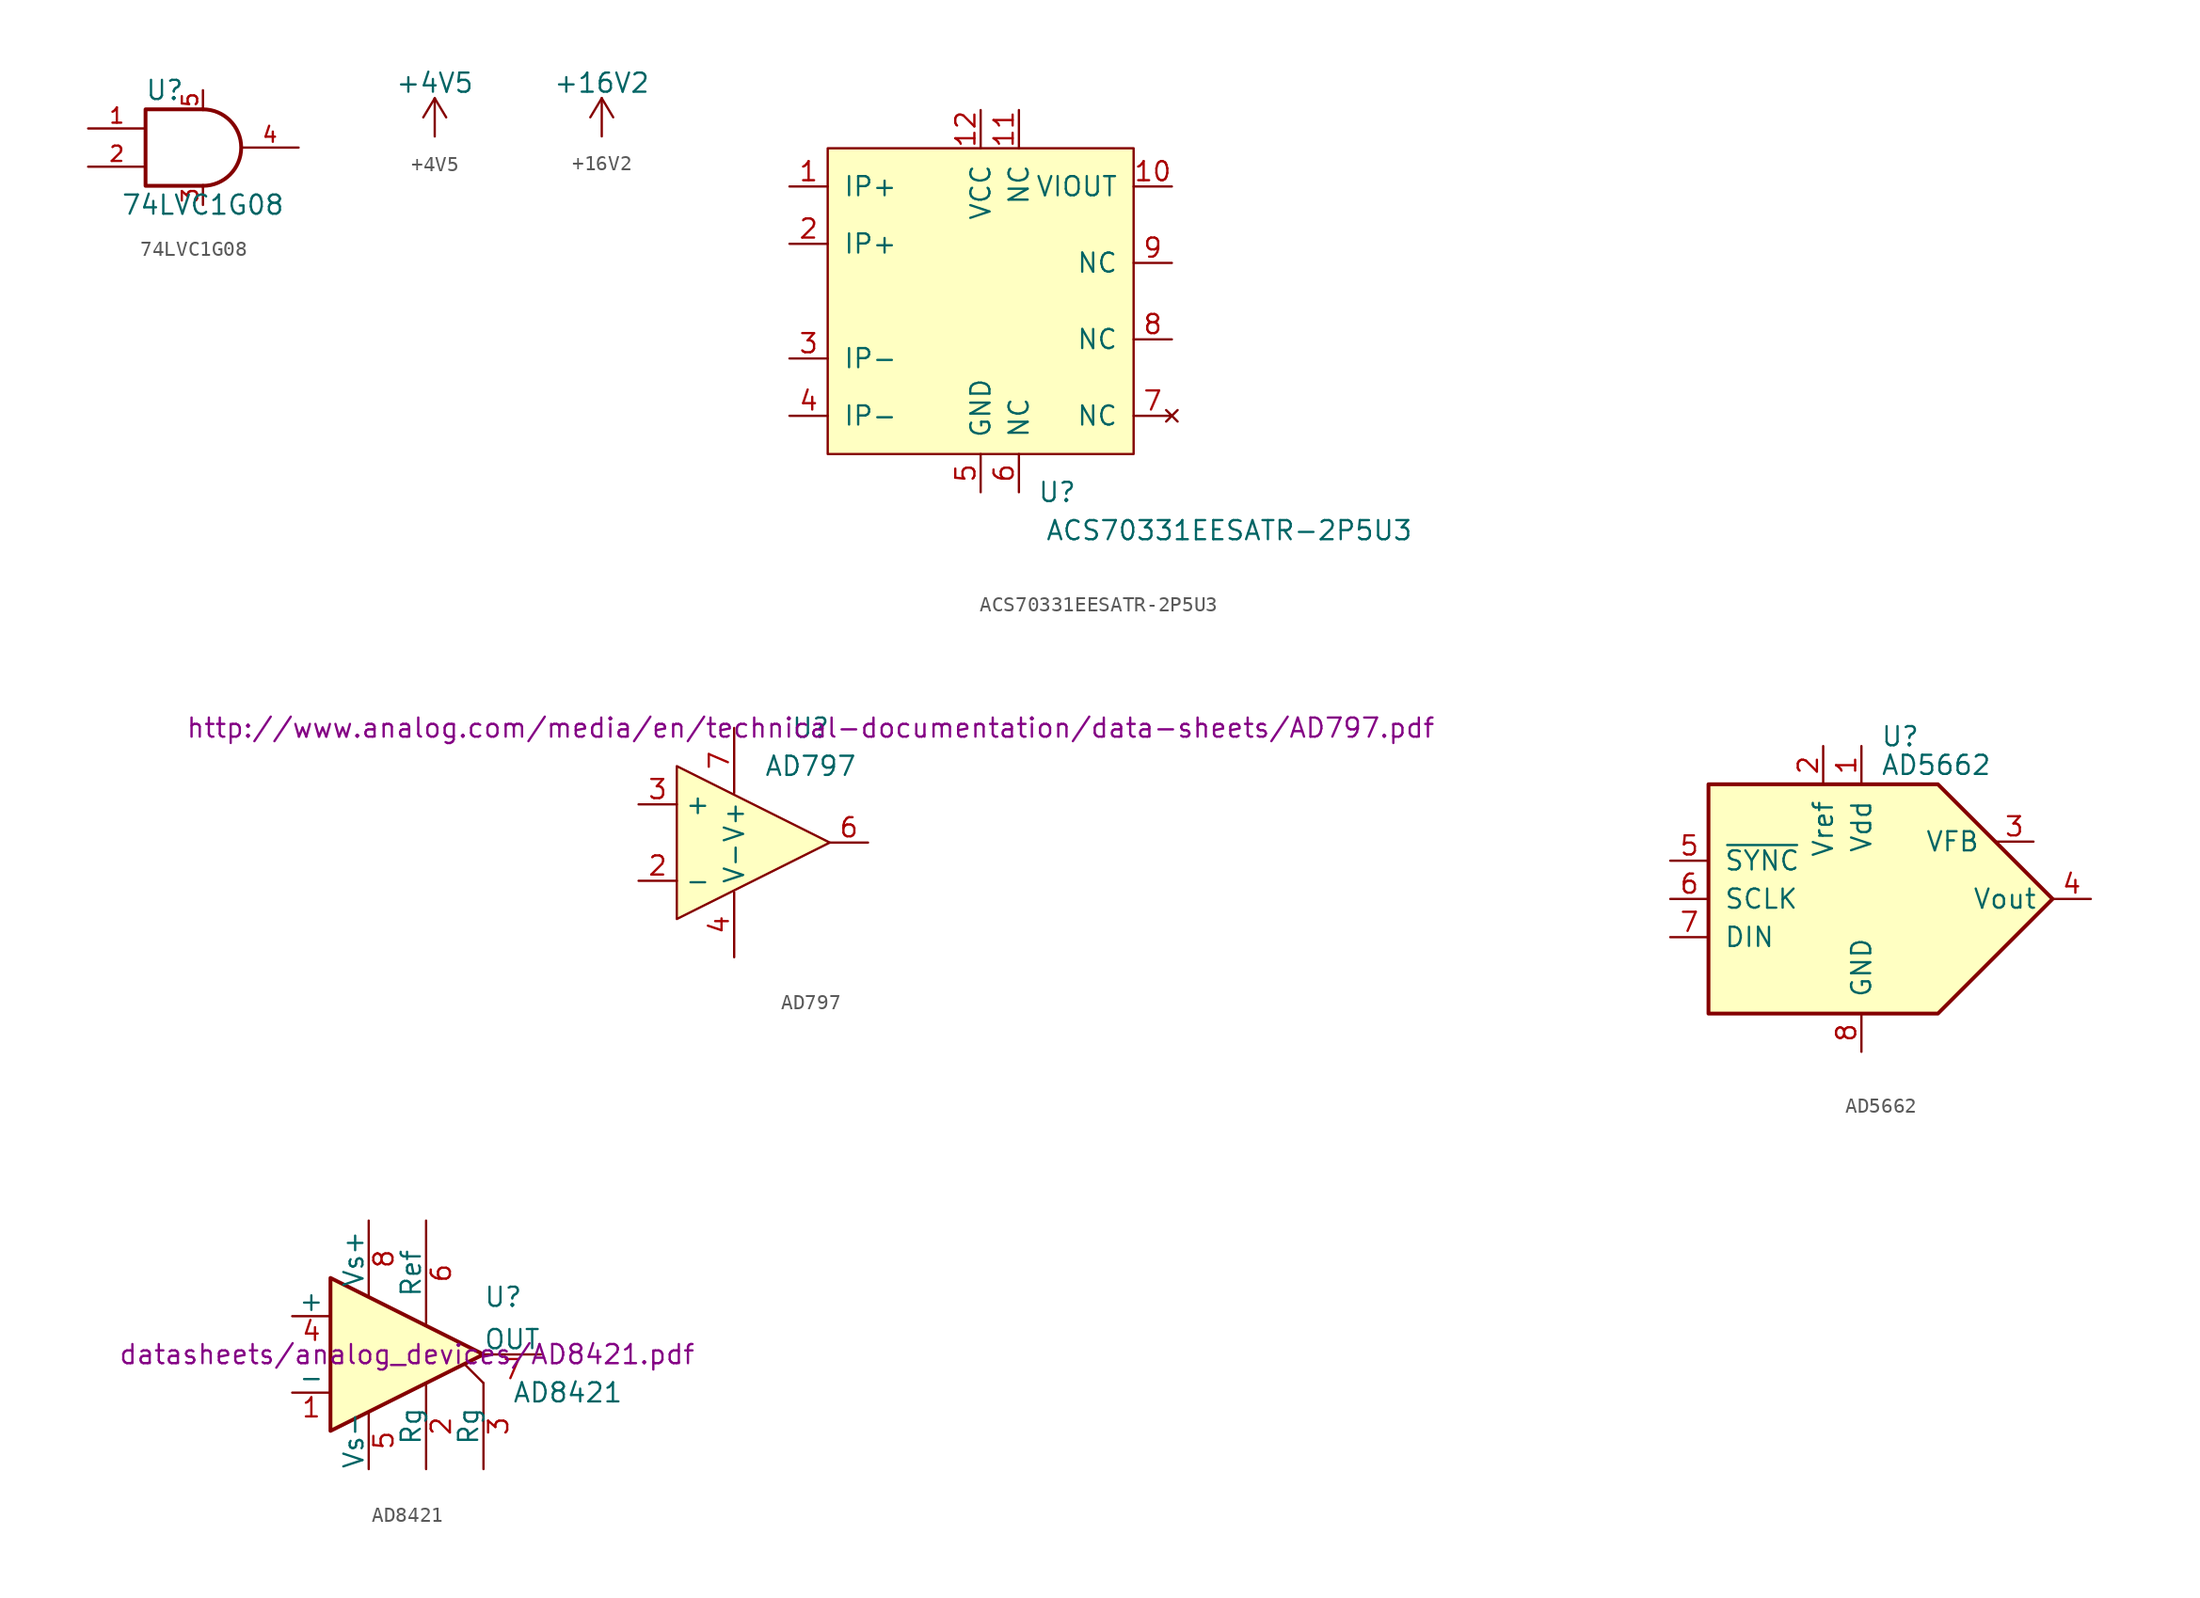
<source format=kicad_sym>
(kicad_symbol_lib
  (version 20241209)
  (generator "kicad_symbol_editor")
  (generator_version "9.0")
  (symbol "74LVC1G08"
    (pin_names
      (offset 1.016))
    (property "Reference" "U"
      (at -2.54 3.81 0)
      (effects (font (size 1.27 1.27))))
    (property "Value" "74LVC1G08"
      (at 0 -3.81 0)
      (effects (font (size 1.27 1.27))))
    (symbol "74LVC1G08_0_1"
      (arc (start 0 2.54) (mid 2.529 0) (end 0 -2.54) (stroke (width 0.254) (type default)) (fill (type none)))
      (polyline (pts (xy 0 -2.54) (xy -3.81 -2.54) (xy -3.81 2.54) (xy 0 2.54)) (stroke (width 0.254) (type default)) (fill (type none))))
    (symbol "74LVC1G08_1_1"
      (pin input line (at -7.62 1.27 0) (length 3.81) (name "~" (effects (font (size 1.016 1.016)))) (number "1" (effects (font (size 1.016 1.016)))))
      (pin input line (at -7.62 -1.27 0) (length 3.81) (name "~" (effects (font (size 1.016 1.016)))) (number "2" (effects (font (size 1.016 1.016)))))
      (pin power_in line (at 0 3.81 270) (length 1.27) (name "~" (effects (font (size 1.016 1.016)))) (number "5" (effects (font (size 1.016 1.016)))))
      (pin power_in line (at 0 -3.81 90) (length 1.27) (name "~" (effects (font (size 1.016 1.016)))) (number "3" (effects (font (size 1.016 1.016)))))
      (pin output line (at 6.35 0 180) (length 3.81) (name "~" (effects (font (size 1.016 1.016)))) (number "4" (effects (font (size 1.016 1.016)))))))
  (symbol "+4V5"
    (power)
    (pin_names
      (offset 0))
    (property "Reference" "#PWR"
      (at 0 -3.81 0)
      (effects (font (size 1.27 1.27)) (hide yes)))
    (property "Value" "+4V5"
      (at 0 3.556 0)
      (effects (font (size 1.27 1.27))))
    (symbol "+4V5_0_1"
      (polyline (pts (xy -0.762 1.27) (xy 0 2.54)) (stroke (width 0) (type default)) (fill (type none)))
      (polyline (pts (xy 0 2.54) (xy 0.762 1.27)) (stroke (width 0) (type default)) (fill (type none)))
      (polyline (pts (xy 0 0) (xy 0 2.54)) (stroke (width 0) (type default)) (fill (type none))))
    (symbol "+4V5_1_1"
      (pin power_in line (at 0 0 90) (length 0) (hide yes) (name "+4V5" (effects (font (size 1.27 1.27)))) (number "1" (effects (font (size 1.27 1.27)))))))
  (symbol "+16V2"
    (power)
    (pin_names
      (offset 0))
    (property "Reference" "#PWR"
      (at 0 -3.81 0)
      (effects (font (size 1.27 1.27)) (hide yes)))
    (property "Value" "+16V2"
      (at 0 3.556 0)
      (effects (font (size 1.27 1.27))))
    (symbol "+16V2_0_1"
      (polyline (pts (xy -0.762 1.27) (xy 0 2.54)) (stroke (width 0) (type default)) (fill (type none)))
      (polyline (pts (xy 0 2.54) (xy 0.762 1.27)) (stroke (width 0) (type default)) (fill (type none)))
      (polyline (pts (xy 0 0) (xy 0 2.54)) (stroke (width 0) (type default)) (fill (type none))))
    (symbol "+16V2_1_1"
      (pin power_in line (at 0 0 90) (length 0) (hide yes) (name "+16V2" (effects (font (size 1.27 1.27)))) (number "1" (effects (font (size 1.27 1.27)))))))
  (symbol "ACS70331EESATR-2P5U3"
    (pin_names
      (offset 1.016))
    (property "Reference" "U"
      (at 5.08 -12.7 0)
      (effects (font (size 1.27 1.27))))
    (property "Value" "ACS70331EESATR-2P5U3"
      (at 16.51 -15.24 0)
      (effects (font (size 1.27 1.27))))
    (symbol "ACS70331EESATR-2P5U3_0_0"
      (pin passive line (at -12.7 7.62 0) (length 2.54) (name "IP+" (effects (font (size 1.27 1.27)))) (number "1" (effects (font (size 1.27 1.27)))))
      (pin passive line (at -12.7 3.81 0) (length 2.54) (name "IP+" (effects (font (size 1.27 1.27)))) (number "2" (effects (font (size 1.27 1.27)))))
      (pin passive line (at -12.7 -3.81 0) (length 2.54) (name "IP-" (effects (font (size 1.27 1.27)))) (number "3" (effects (font (size 1.27 1.27)))))
      (pin passive line (at -12.7 -7.62 0) (length 2.54) (name "IP-" (effects (font (size 1.27 1.27)))) (number "4" (effects (font (size 1.27 1.27)))))
      (pin power_in line (at 0 12.7 270) (length 2.54) (name "VCC" (effects (font (size 1.27 1.27)))) (number "12" (effects (font (size 1.27 1.27)))))
      (pin power_in line (at 0 -12.7 90) (length 2.54) (name "GND" (effects (font (size 1.27 1.27)))) (number "5" (effects (font (size 1.27 1.27)))))
      (pin passive line (at 2.54 12.7 270) (length 2.54) (name "NC" (effects (font (size 1.27 1.27)))) (number "11" (effects (font (size 1.27 1.27)))))
      (pin passive line (at 2.54 -12.7 90) (length 2.54) (name "NC" (effects (font (size 1.27 1.27)))) (number "6" (effects (font (size 1.27 1.27)))))
      (pin output line (at 12.7 7.62 180) (length 2.54) (name "VIOUT" (effects (font (size 1.27 1.27)))) (number "10" (effects (font (size 1.27 1.27)))))
      (pin passive line (at 12.7 2.54 180) (length 2.54) (name "NC" (effects (font (size 1.27 1.27)))) (number "9" (effects (font (size 1.27 1.27)))))
      (pin passive line (at 12.7 -2.54 180) (length 2.54) (name "NC" (effects (font (size 1.27 1.27)))) (number "8" (effects (font (size 1.27 1.27)))))
      (pin no_connect line (at 12.7 -7.62 180) (length 2.54) (name "NC" (effects (font (size 1.27 1.27)))) (number "7" (effects (font (size 1.27 1.27))))))
    (symbol "ACS70331EESATR-2P5U3_0_1"
      (rectangle (start -10.16 10.16) (end 10.16 -10.16) (stroke (width 0) (type default)) (fill (type background)))))
  (symbol "AD797"
    (property "Reference" "U"
      (at 3.81 7.62 0)
      (effects (font (size 1.27 1.27))))
    (property "Value" "AD797"
      (at 3.81 5.08 0)
      (effects (font (size 1.27 1.27))))
    (property "Footprint" ""
      (at 1.27 5.08 0)
      (effects (font (size 1.27 1.27))))
    (property "Datasheet" "http://www.analog.com/media/en/technical-documentation/data-sheets/AD797.pdf"
      (at 3.81 7.62 0)
      (effects (font (size 1.27 1.27))))
    (symbol "AD797_0_1"
      (polyline (pts (xy -5.08 5.08) (xy 5.08 0) (xy -5.08 -5.08) (xy -5.08 5.08)) (stroke (width 0) (type default)) (fill (type background))))
    (symbol "AD797_1_1"
      (pin input line (at -7.62 2.54 0) (length 2.54) (name "+" (effects (font (size 1.27 1.27)))) (number "3" (effects (font (size 1.27 1.27)))))
      (pin input line (at -7.62 -2.54 0) (length 2.54) (name "-" (effects (font (size 1.27 1.27)))) (number "2" (effects (font (size 1.27 1.27)))))
      (pin input line (at -1.27 7.62 270) (length 4.318) (name "V+" (effects (font (size 1.27 1.27)))) (number "7" (effects (font (size 1.27 1.27)))))
      (pin input line (at -1.27 -7.62 90) (length 4.318) (name "V-" (effects (font (size 1.27 1.27)))) (number "4" (effects (font (size 1.27 1.27)))))
      (pin no_connect line (at 7.62 2.54 180) (length 2.54) (hide yes) (name "OffsetNull" (effects (font (size 1.27 1.27)))) (number "1" (effects (font (size 1.27 1.27)))))
      (pin output line (at 7.62 0 180) (length 2.54) (name "~" (effects (font (size 1.27 1.27)))) (number "6" (effects (font (size 1.27 1.27)))))
      (pin no_connect line (at 7.62 -2.54 180) (length 2.54) (hide yes) (name "OffsetNull" (effects (font (size 1.27 1.27)))) (number "5" (effects (font (size 1.27 1.27)))))
      (pin no_connect line (at 7.62 -3.81 180) (length 2.54) (hide yes) (name "Decomp" (effects (font (size 1.27 1.27)))) (number "8" (effects (font (size 1.27 1.27)))))))
  (symbol "AD5662"
    (pin_names
      (offset 1.016))
    (property "Reference" "U"
      (at 1.27 10.795 0)
      (effects (font (size 1.27 1.27)) (justify left)))
    (property "Value" "AD5662"
      (at 1.27 8.89 0)
      (effects (font (size 1.27 1.27)) (justify left)))
    (symbol "AD5662_0_0"
      (polyline (pts (xy 12.7 0) (xy 5.08 7.62) (xy -10.16 7.62) (xy -10.16 -7.62) (xy 5.08 -7.62) (xy 12.7 0)) (stroke (width 0.254) (type default)) (fill (type background))))
    (symbol "AD5662_1_1"
      (pin input line (at -12.7 2.54 0) (length 2.54) (name "~{SYNC}" (effects (font (size 1.27 1.27)))) (number "5" (effects (font (size 1.27 1.27)))))
      (pin input line (at -12.7 0 0) (length 2.54) (name "SCLK" (effects (font (size 1.27 1.27)))) (number "6" (effects (font (size 1.27 1.27)))))
      (pin input line (at -12.7 -2.54 0) (length 2.54) (name "DIN" (effects (font (size 1.27 1.27)))) (number "7" (effects (font (size 1.27 1.27)))))
      (pin input line (at -2.54 10.16 270) (length 2.54) (name "Vref" (effects (font (size 1.27 1.27)))) (number "2" (effects (font (size 1.27 1.27)))))
      (pin power_in line (at 0 10.16 270) (length 2.54) (name "Vdd" (effects (font (size 1.27 1.27)))) (number "1" (effects (font (size 1.27 1.27)))))
      (pin power_in line (at 0 -10.16 90) (length 2.54) (name "GND" (effects (font (size 1.27 1.27)))) (number "8" (effects (font (size 1.27 1.27)))))
      (pin input line (at 11.43 3.81 180) (length 2.54) (name "VFB" (effects (font (size 1.27 1.27)))) (number "3" (effects (font (size 1.27 1.27)))))
      (pin output line (at 15.24 0 180) (length 2.54) (name "Vout" (effects (font (size 1.27 1.27)))) (number "4" (effects (font (size 1.27 1.27)))))))
  (symbol "AD8421"
    (pin_names
      (offset 0))
    (property "Reference" "U"
      (at 5.08 3.81 0)
      (effects (font (size 1.27 1.27)) (justify left)))
    (property "Value" "AD8421"
      (at 6.985 -2.54 0)
      (effects (font (size 1.27 1.27)) (justify left)))
    (property "Footprint" ""
      (at 0 0 0)
      (effects (font (size 1.27 1.27))))
    (property "Datasheet" "datasheets/analog_devices/AD8421.pdf"
      (at 0 0 0)
      (effects (font (size 1.27 1.27))))
    (symbol "AD8421_0_1"
      (polyline (pts (xy 5.08 0) (xy -5.08 5.08) (xy -5.08 -5.08) (xy 5.08 0)) (stroke (width 0.254) (type default)) (fill (type background)))
      (polyline (pts (xy 5.08 -1.905) (xy 3.81 -0.635)) (stroke (width 0) (type default)) (fill (type none))))
    (symbol "AD8421_1_1"
      (pin input line (at -7.62 2.54 0) (length 2.54) (name "+" (effects (font (size 1.27 1.27)))) (number "4" (effects (font (size 1.27 1.27)))))
      (pin input line (at -7.62 -2.54 0) (length 2.54) (name "-" (effects (font (size 1.27 1.27)))) (number "1" (effects (font (size 1.27 1.27)))))
      (pin passive line (at -2.54 8.89 270) (length 5.08) (name "Vs+" (effects (font (size 1.27 1.27)))) (number "8" (effects (font (size 1.27 1.27)))))
      (pin passive line (at -2.54 -7.62 90) (length 3.81) (name "Vs-" (effects (font (size 1.27 1.27)))) (number "5" (effects (font (size 1.27 1.27)))))
      (pin input line (at 1.27 8.89 270) (length 6.985) (name "Ref" (effects (font (size 1.27 1.27)))) (number "6" (effects (font (size 1.27 1.27)))))
      (pin passive line (at 1.27 -7.62 90) (length 5.715) (name "Rg" (effects (font (size 1.27 1.27)))) (number "2" (effects (font (size 1.27 1.27)))))
      (pin passive line (at 5.08 -7.62 90) (length 5.715) (name "Rg" (effects (font (size 1.27 1.27)))) (number "3" (effects (font (size 1.27 1.27)))))
      (pin output line (at 8.89 0 180) (length 3.81) (name "OUT" (effects (font (size 1.27 1.27)))) (number "7" (effects (font (size 1.27 1.27))))))))
</source>
